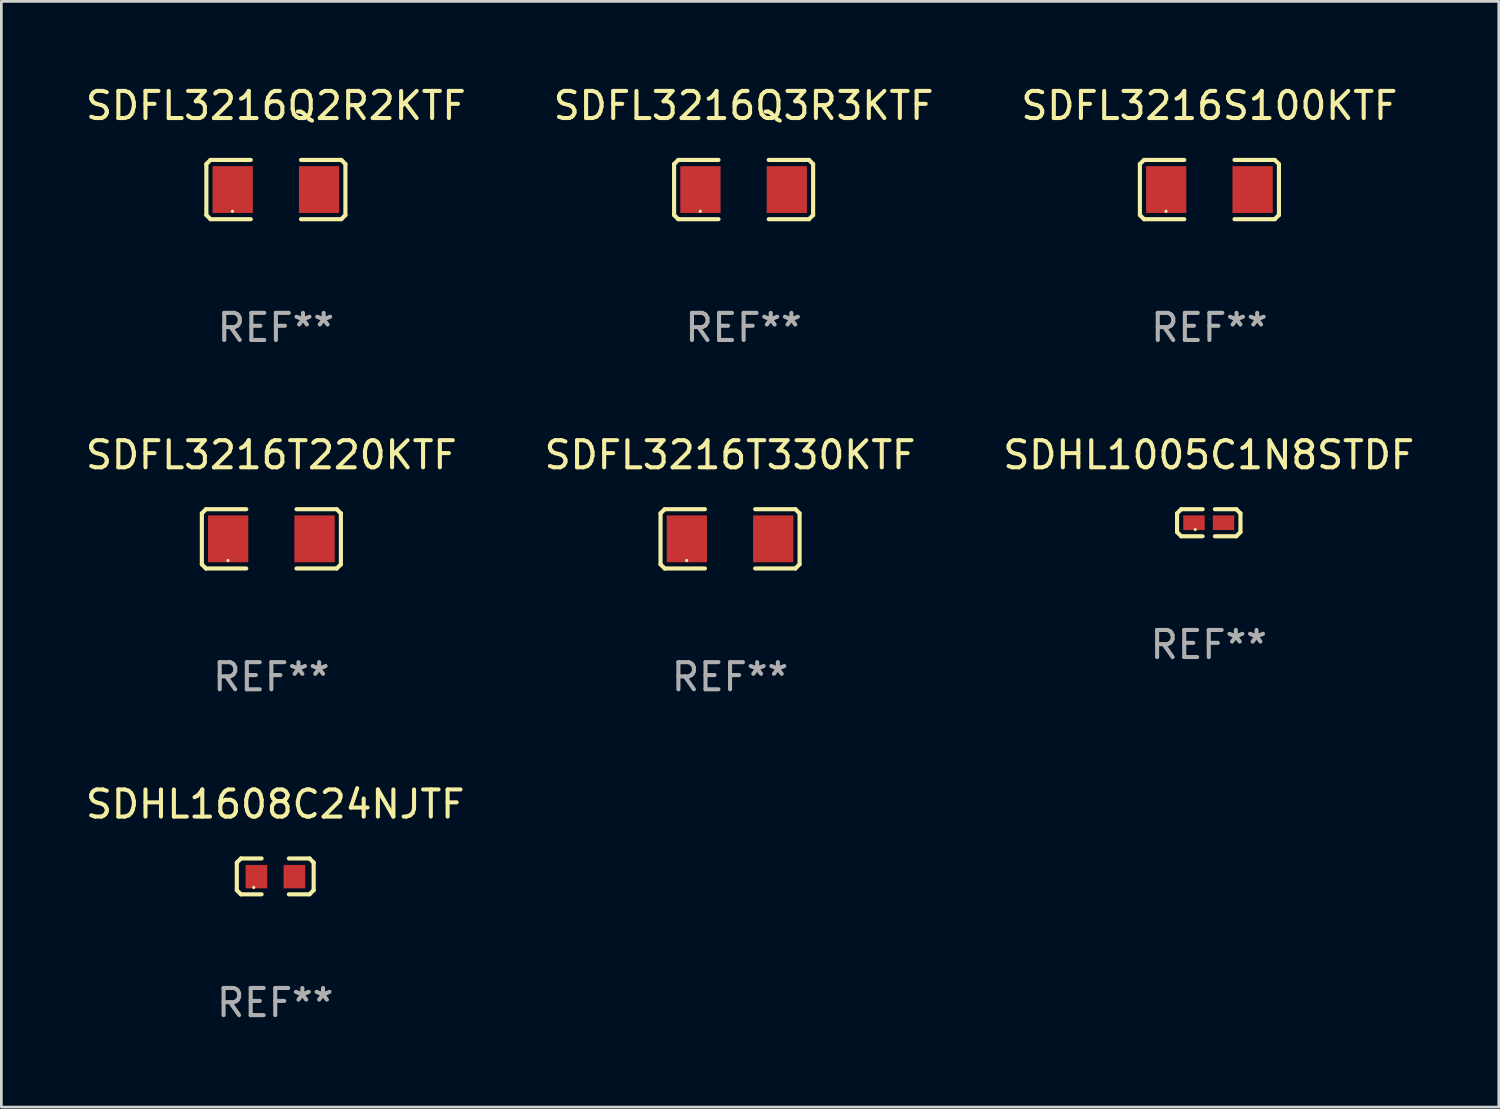
<source format=kicad_pcb>
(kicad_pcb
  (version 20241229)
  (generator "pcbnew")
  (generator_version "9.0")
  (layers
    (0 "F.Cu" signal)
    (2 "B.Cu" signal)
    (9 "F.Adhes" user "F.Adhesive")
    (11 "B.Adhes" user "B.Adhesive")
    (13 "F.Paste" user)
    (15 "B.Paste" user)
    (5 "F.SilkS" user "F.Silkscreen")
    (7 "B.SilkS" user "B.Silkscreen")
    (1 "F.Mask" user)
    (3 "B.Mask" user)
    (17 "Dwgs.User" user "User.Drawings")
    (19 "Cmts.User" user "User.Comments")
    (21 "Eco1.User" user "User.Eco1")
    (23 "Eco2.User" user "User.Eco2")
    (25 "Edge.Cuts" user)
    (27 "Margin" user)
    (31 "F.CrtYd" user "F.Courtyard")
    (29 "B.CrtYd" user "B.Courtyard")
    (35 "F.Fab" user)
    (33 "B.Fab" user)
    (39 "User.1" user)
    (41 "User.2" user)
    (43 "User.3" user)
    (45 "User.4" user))
  (footprint "SDFL3216T220KTF"
    (layer "F.Cu")
    (at 6.958 16.823)
    (property "Reference" "SDFL3216T220KTF" (at 0 -3.093 0) (layer "F.SilkS") (effects (font (size 1 1) (thickness 0.15))))
    (attr through_hole)
    (fp_line (start -2.564 -0.94) (end -2.411 -1.093) (stroke (width 0.152) (type solid)) (layer "F.SilkS"))
    (fp_line (start -2.564 0.94) (end -2.564 -0.94) (stroke (width 0.152) (type solid)) (layer "F.SilkS"))
    (fp_line (start -2.411 -1.093) (end -0.926 -1.093) (stroke (width 0.152) (type solid)) (layer "F.SilkS"))
    (fp_line (start -2.411 1.093) (end -2.564 0.94) (stroke (width 0.152) (type solid)) (layer "F.SilkS"))
    (fp_line (start -0.926 1.093) (end -2.411 1.093) (stroke (width 0.152) (type solid)) (layer "F.SilkS"))
    (fp_line (start 0.926 1.093) (end 2.411 1.093) (stroke (width 0.152) (type solid)) (layer "F.SilkS"))
    (fp_line (start 2.411 -1.093) (end 0.926 -1.093) (stroke (width 0.152) (type solid)) (layer "F.SilkS"))
    (fp_line (start 2.411 1.093) (end 2.564 0.94) (stroke (width 0.152) (type solid)) (layer "F.SilkS"))
    (fp_line (start 2.564 -0.94) (end 2.411 -1.093) (stroke (width 0.152) (type solid)) (layer "F.SilkS"))
    (fp_line (start 2.564 0.94) (end 2.564 -0.94) (stroke (width 0.152) (type solid)) (layer "F.SilkS"))
    (fp_circle (center -1.6 0.8) (end -1.57 0.8) (stroke (width 0.06) (type solid)) (fill no) (layer "F.SilkS"))
    (fp_text user "REF**" (at 0 5.093 0) (layer "F.Fab") (effects (font (size 1 1) (thickness 0.15))))
    (pad "1" smd rect (at -1.593 0) (size 1.485 1.728) (layers "F.Cu" "F.Mask" "F.Paste"))
    (pad "2" smd rect (at 1.593 0) (size 1.485 1.728) (layers "F.Cu" "F.Mask" "F.Paste")))
  (footprint "SDFL3216Q2R2KTF"
    (layer "F.Cu")
    (at 7.125 3.941)
    (property "Reference" "SDFL3216Q2R2KTF" (at 0 -3.093 0) (layer "F.SilkS") (effects (font (size 1 1) (thickness 0.15))))
    (attr through_hole)
    (fp_line (start -2.564 -0.94) (end -2.411 -1.093) (stroke (width 0.152) (type solid)) (layer "F.SilkS"))
    (fp_line (start -2.564 0.94) (end -2.564 -0.94) (stroke (width 0.152) (type solid)) (layer "F.SilkS"))
    (fp_line (start -2.411 -1.093) (end -0.926 -1.093) (stroke (width 0.152) (type solid)) (layer "F.SilkS"))
    (fp_line (start -2.411 1.093) (end -2.564 0.94) (stroke (width 0.152) (type solid)) (layer "F.SilkS"))
    (fp_line (start -0.926 1.093) (end -2.411 1.093) (stroke (width 0.152) (type solid)) (layer "F.SilkS"))
    (fp_line (start 0.926 1.093) (end 2.411 1.093) (stroke (width 0.152) (type solid)) (layer "F.SilkS"))
    (fp_line (start 2.411 -1.093) (end 0.926 -1.093) (stroke (width 0.152) (type solid)) (layer "F.SilkS"))
    (fp_line (start 2.411 1.093) (end 2.564 0.94) (stroke (width 0.152) (type solid)) (layer "F.SilkS"))
    (fp_line (start 2.564 -0.94) (end 2.411 -1.093) (stroke (width 0.152) (type solid)) (layer "F.SilkS"))
    (fp_line (start 2.564 0.94) (end 2.564 -0.94) (stroke (width 0.152) (type solid)) (layer "F.SilkS"))
    (fp_circle (center -1.6 0.8) (end -1.57 0.8) (stroke (width 0.06) (type solid)) (fill no) (layer "F.SilkS"))
    (fp_text user "REF**" (at 0 5.093 0) (layer "F.Fab") (effects (font (size 1 1) (thickness 0.15))))
    (pad "1" smd rect (at -1.593 0) (size 1.485 1.728) (layers "F.Cu" "F.Mask" "F.Paste"))
    (pad "2" smd rect (at 1.593 0) (size 1.485 1.728) (layers "F.Cu" "F.Mask" "F.Paste")))
  (footprint "SDHL1608C24NJTF"
    (layer "F.Cu")
    (at 7.101 29.272)
    (property "Reference" "SDHL1608C24NJTF" (at 0 -2.661 0) (layer "F.SilkS") (effects (font (size 1 1) (thickness 0.15))))
    (attr through_hole)
    (fp_line (start -1.417 -0.508) (end -1.265 -0.661) (stroke (width 0.152) (type solid)) (layer "F.SilkS"))
    (fp_line (start -1.417 0.508) (end -1.417 -0.508) (stroke (width 0.152) (type solid)) (layer "F.SilkS"))
    (fp_line (start -1.265 -0.661) (end -0.503 -0.661) (stroke (width 0.152) (type solid)) (layer "F.SilkS"))
    (fp_line (start -1.265 0.661) (end -1.417 0.508) (stroke (width 0.152) (type solid)) (layer "F.SilkS"))
    (fp_line (start -1.265 0.661) (end -0.503 0.661) (stroke (width 0.152) (type solid)) (layer "F.SilkS"))
    (fp_line (start 1.265 -0.661) (end 0.503 -0.661) (stroke (width 0.152) (type solid)) (layer "F.SilkS"))
    (fp_line (start 1.265 -0.661) (end 1.417 -0.508) (stroke (width 0.152) (type solid)) (layer "F.SilkS"))
    (fp_line (start 1.265 0.661) (end 0.503 0.661) (stroke (width 0.152) (type solid)) (layer "F.SilkS"))
    (fp_line (start 1.417 -0.508) (end 1.417 0.508) (stroke (width 0.152) (type solid)) (layer "F.SilkS"))
    (fp_line (start 1.417 0.508) (end 1.265 0.661) (stroke (width 0.152) (type solid)) (layer "F.SilkS"))
    (fp_circle (center -0.793 0.409) (end -0.763 0.409) (stroke (width 0.06) (type solid)) (fill no) (layer "F.SilkS"))
    (fp_text user "REF**" (at 0 4.661 0) (layer "F.Fab") (effects (font (size 1 1) (thickness 0.15))))
    (pad "1" smd rect (at -0.693 0.009 180) (size 0.8 0.864) (layers "F.Cu" "F.Mask" "F.Paste"))
    (pad "2" smd rect (at 0.707 0.009 180) (size 0.8 0.864) (layers "F.Cu" "F.Mask" "F.Paste")))
  (footprint "SDHL1005C1N8STDF"
    (layer "F.Cu")
    (at 41.53 16.229)
    (property "Reference" "SDHL1005C1N8STDF" (at 0 -2.499 0) (layer "F.SilkS") (effects (font (size 1 1) (thickness 0.15))))
    (attr through_hole)
    (fp_line (start -1.169 -0.346) (end -1.016 -0.499) (stroke (width 0.152) (type solid)) (layer "F.SilkS"))
    (fp_line (start -1.169 0.346) (end -1.169 -0.346) (stroke (width 0.152) (type solid)) (layer "F.SilkS"))
    (fp_line (start -1.016 -0.499) (end -0.226 -0.499) (stroke (width 0.152) (type solid)) (layer "F.SilkS"))
    (fp_line (start -1.016 0.499) (end -1.169 0.346) (stroke (width 0.152) (type solid)) (layer "F.SilkS"))
    (fp_line (start -0.226 0.499) (end -1.016 0.499) (stroke (width 0.152) (type solid)) (layer "F.SilkS"))
    (fp_line (start 0.226 0.499) (end 1.016 0.499) (stroke (width 0.152) (type solid)) (layer "F.SilkS"))
    (fp_line (start 1.016 -0.499) (end 0.226 -0.499) (stroke (width 0.152) (type solid)) (layer "F.SilkS"))
    (fp_line (start 1.016 0.499) (end 1.169 0.346) (stroke (width 0.152) (type solid)) (layer "F.SilkS"))
    (fp_line (start 1.169 -0.346) (end 1.016 -0.499) (stroke (width 0.152) (type solid)) (layer "F.SilkS"))
    (fp_line (start 1.169 0.346) (end 1.169 -0.346) (stroke (width 0.152) (type solid)) (layer "F.SilkS"))
    (fp_circle (center -0.5 0.25) (end -0.47 0.25) (stroke (width 0.06) (type solid)) (fill no) (layer "F.SilkS"))
    (fp_text user "REF**" (at 0 4.499 0) (layer "F.Fab") (effects (font (size 1 1) (thickness 0.15))))
    (pad "1" smd rect (at -0.545 0) (size 0.79 0.54) (layers "F.Cu" "F.Mask" "F.Paste"))
    (pad "2" smd rect (at 0.545 0) (size 0.79 0.54) (layers "F.Cu" "F.Mask" "F.Paste")))
  (footprint "SDFL3216T330KTF"
    (layer "F.Cu")
    (at 23.875 16.823)
    (property "Reference" "SDFL3216T330KTF" (at 0 -3.093 0) (layer "F.SilkS") (effects (font (size 1 1) (thickness 0.15))))
    (attr through_hole)
    (fp_line (start -2.564 -0.94) (end -2.411 -1.093) (stroke (width 0.152) (type solid)) (layer "F.SilkS"))
    (fp_line (start -2.564 0.94) (end -2.564 -0.94) (stroke (width 0.152) (type solid)) (layer "F.SilkS"))
    (fp_line (start -2.411 -1.093) (end -0.926 -1.093) (stroke (width 0.152) (type solid)) (layer "F.SilkS"))
    (fp_line (start -2.411 1.093) (end -2.564 0.94) (stroke (width 0.152) (type solid)) (layer "F.SilkS"))
    (fp_line (start -0.926 1.093) (end -2.411 1.093) (stroke (width 0.152) (type solid)) (layer "F.SilkS"))
    (fp_line (start 0.926 1.093) (end 2.411 1.093) (stroke (width 0.152) (type solid)) (layer "F.SilkS"))
    (fp_line (start 2.411 -1.093) (end 0.926 -1.093) (stroke (width 0.152) (type solid)) (layer "F.SilkS"))
    (fp_line (start 2.411 1.093) (end 2.564 0.94) (stroke (width 0.152) (type solid)) (layer "F.SilkS"))
    (fp_line (start 2.564 -0.94) (end 2.411 -1.093) (stroke (width 0.152) (type solid)) (layer "F.SilkS"))
    (fp_line (start 2.564 0.94) (end 2.564 -0.94) (stroke (width 0.152) (type solid)) (layer "F.SilkS"))
    (fp_circle (center -1.6 0.8) (end -1.57 0.8) (stroke (width 0.06) (type solid)) (fill no) (layer "F.SilkS"))
    (fp_text user "REF**" (at 0 5.093 0) (layer "F.Fab") (effects (font (size 1 1) (thickness 0.15))))
    (pad "1" smd rect (at -1.593 0) (size 1.485 1.728) (layers "F.Cu" "F.Mask" "F.Paste"))
    (pad "2" smd rect (at 1.593 0) (size 1.485 1.728) (layers "F.Cu" "F.Mask" "F.Paste")))
  (footprint "SDFL3216Q3R3KTF"
    (layer "F.Cu")
    (at 24.375 3.941)
    (property "Reference" "SDFL3216Q3R3KTF" (at 0 -3.093 0) (layer "F.SilkS") (effects (font (size 1 1) (thickness 0.15))))
    (attr through_hole)
    (fp_line (start -2.564 -0.94) (end -2.411 -1.093) (stroke (width 0.152) (type solid)) (layer "F.SilkS"))
    (fp_line (start -2.564 0.94) (end -2.564 -0.94) (stroke (width 0.152) (type solid)) (layer "F.SilkS"))
    (fp_line (start -2.411 -1.093) (end -0.926 -1.093) (stroke (width 0.152) (type solid)) (layer "F.SilkS"))
    (fp_line (start -2.411 1.093) (end -2.564 0.94) (stroke (width 0.152) (type solid)) (layer "F.SilkS"))
    (fp_line (start -0.926 1.093) (end -2.411 1.093) (stroke (width 0.152) (type solid)) (layer "F.SilkS"))
    (fp_line (start 0.926 1.093) (end 2.411 1.093) (stroke (width 0.152) (type solid)) (layer "F.SilkS"))
    (fp_line (start 2.411 -1.093) (end 0.926 -1.093) (stroke (width 0.152) (type solid)) (layer "F.SilkS"))
    (fp_line (start 2.411 1.093) (end 2.564 0.94) (stroke (width 0.152) (type solid)) (layer "F.SilkS"))
    (fp_line (start 2.564 -0.94) (end 2.411 -1.093) (stroke (width 0.152) (type solid)) (layer "F.SilkS"))
    (fp_line (start 2.564 0.94) (end 2.564 -0.94) (stroke (width 0.152) (type solid)) (layer "F.SilkS"))
    (fp_circle (center -1.6 0.8) (end -1.57 0.8) (stroke (width 0.06) (type solid)) (fill no) (layer "F.SilkS"))
    (fp_text user "REF**" (at 0 5.093 0) (layer "F.Fab") (effects (font (size 1 1) (thickness 0.15))))
    (pad "1" smd rect (at -1.593 0) (size 1.485 1.728) (layers "F.Cu" "F.Mask" "F.Paste"))
    (pad "2" smd rect (at 1.593 0) (size 1.485 1.728) (layers "F.Cu" "F.Mask" "F.Paste")))
  (footprint "SDFL3216S100KTF"
    (layer "F.Cu")
    (at 41.554 3.941)
    (property "Reference" "SDFL3216S100KTF" (at 0 -3.093 0) (layer "F.SilkS") (effects (font (size 1 1) (thickness 0.15))))
    (attr through_hole)
    (fp_line (start -2.564 -0.94) (end -2.411 -1.093) (stroke (width 0.152) (type solid)) (layer "F.SilkS"))
    (fp_line (start -2.564 0.94) (end -2.564 -0.94) (stroke (width 0.152) (type solid)) (layer "F.SilkS"))
    (fp_line (start -2.411 -1.093) (end -0.926 -1.093) (stroke (width 0.152) (type solid)) (layer "F.SilkS"))
    (fp_line (start -2.411 1.093) (end -2.564 0.94) (stroke (width 0.152) (type solid)) (layer "F.SilkS"))
    (fp_line (start -0.926 1.093) (end -2.411 1.093) (stroke (width 0.152) (type solid)) (layer "F.SilkS"))
    (fp_line (start 0.926 1.093) (end 2.411 1.093) (stroke (width 0.152) (type solid)) (layer "F.SilkS"))
    (fp_line (start 2.411 -1.093) (end 0.926 -1.093) (stroke (width 0.152) (type solid)) (layer "F.SilkS"))
    (fp_line (start 2.411 1.093) (end 2.564 0.94) (stroke (width 0.152) (type solid)) (layer "F.SilkS"))
    (fp_line (start 2.564 -0.94) (end 2.411 -1.093) (stroke (width 0.152) (type solid)) (layer "F.SilkS"))
    (fp_line (start 2.564 0.94) (end 2.564 -0.94) (stroke (width 0.152) (type solid)) (layer "F.SilkS"))
    (fp_circle (center -1.6 0.8) (end -1.57 0.8) (stroke (width 0.06) (type solid)) (fill no) (layer "F.SilkS"))
    (fp_text user "REF**" (at 0 5.093 0) (layer "F.Fab") (effects (font (size 1 1) (thickness 0.15))))
    (pad "1" smd rect (at -1.593 0) (size 1.485 1.728) (layers "F.Cu" "F.Mask" "F.Paste"))
    (pad "2" smd rect (at 1.593 0) (size 1.485 1.728) (layers "F.Cu" "F.Mask" "F.Paste")))
  (gr_rect
    (start -3 -3)
    (end 52.226 37.781)
    (stroke (width 0.1) (type default))
    (fill no)
    (layer "Edge.Cuts")))
</source>
